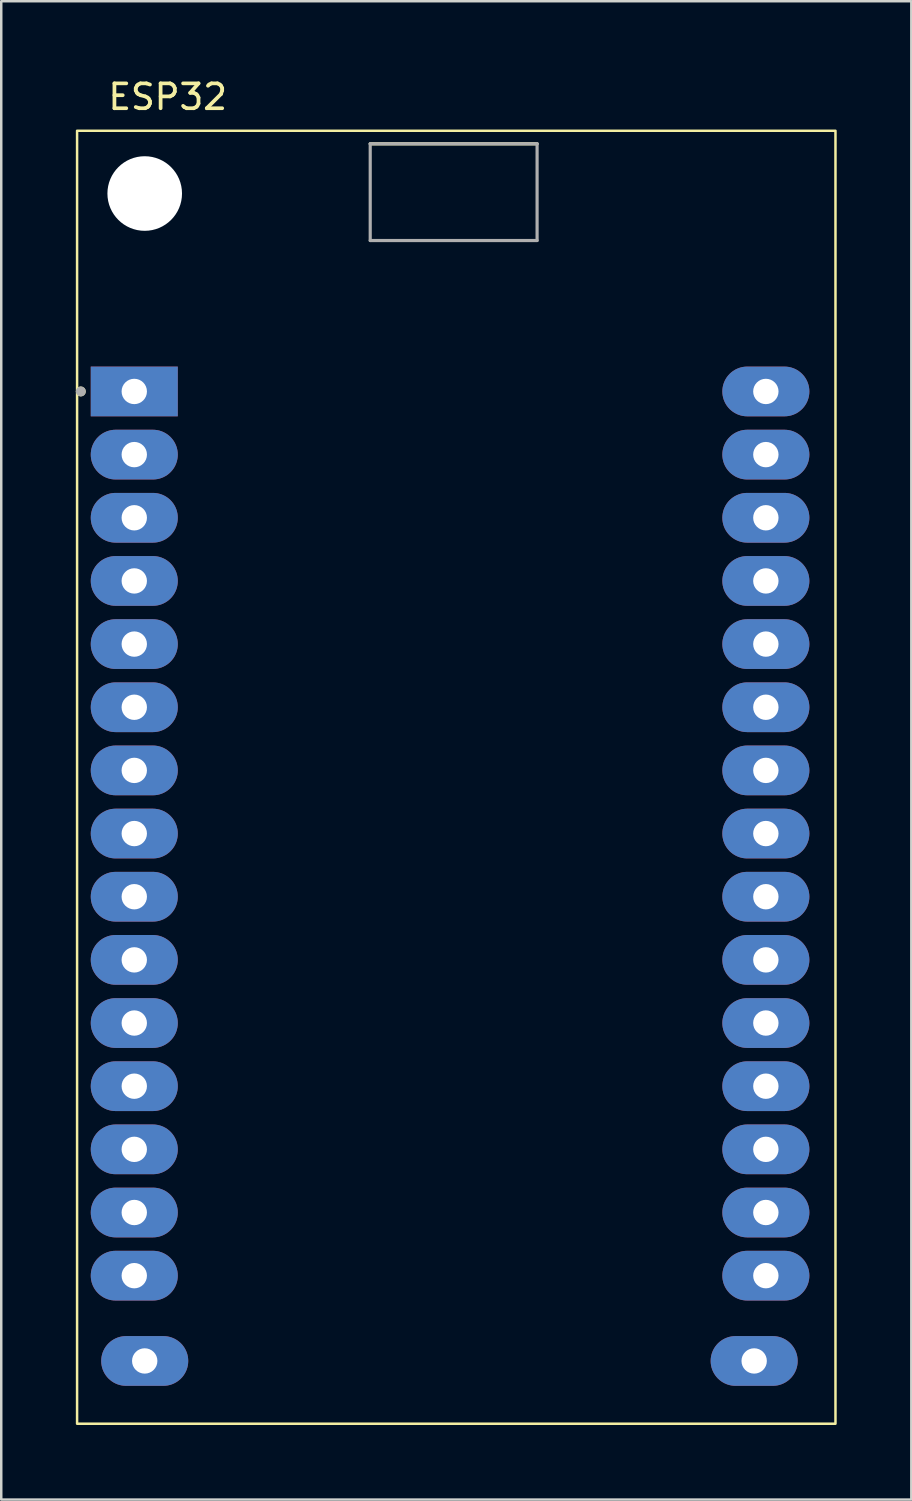
<source format=kicad_pcb>
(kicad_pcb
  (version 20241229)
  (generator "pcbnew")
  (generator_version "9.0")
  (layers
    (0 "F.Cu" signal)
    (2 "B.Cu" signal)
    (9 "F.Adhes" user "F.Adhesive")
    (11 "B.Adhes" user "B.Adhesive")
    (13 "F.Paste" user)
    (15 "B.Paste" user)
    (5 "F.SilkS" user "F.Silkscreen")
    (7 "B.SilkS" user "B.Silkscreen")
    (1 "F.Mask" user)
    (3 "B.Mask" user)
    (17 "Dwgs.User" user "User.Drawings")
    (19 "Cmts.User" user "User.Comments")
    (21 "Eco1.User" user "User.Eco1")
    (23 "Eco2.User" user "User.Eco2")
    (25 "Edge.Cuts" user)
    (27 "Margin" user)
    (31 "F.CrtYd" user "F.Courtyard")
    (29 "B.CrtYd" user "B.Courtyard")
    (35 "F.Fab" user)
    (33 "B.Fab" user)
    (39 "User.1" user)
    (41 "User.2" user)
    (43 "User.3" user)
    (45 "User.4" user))
  (footprint "ESP32"
    (layer "F.Cu")
    (at 15.05 28.208)
    (property "Reference" "ESP32" (at -11.355 -27.36 0) (layer "F.SilkS") (effects (font (size 1 1) (thickness 0.15))))
    (attr through_hole)
    (fp_line (start -3.211 -25.475) (end 3.5 -25.475) (stroke (width 0.127) (type solid)) (layer "F.SilkS"))
    (fp_rect (start -15 -26) (end 15.5 26) (stroke (width 0.1) (type default)) (fill no) (layer "F.SilkS"))
    (fp_circle (center -14.85 -15.515) (end -14.75 -15.515) (stroke (width 0.2) (type solid)) (fill no) (layer "F.SilkS"))
    (fp_line (start -3.211 -25.475) (end 3.5 -25.475) (stroke (width 0.127) (type solid)) (layer "F.Fab"))
    (fp_line (start -3.211 -21.585) (end -3.211 -25.475) (stroke (width 0.127) (type solid)) (layer "F.Fab"))
    (fp_line (start 3.5 -25.475) (end 3.5 -21.585) (stroke (width 0.127) (type solid)) (layer "F.Fab"))
    (fp_line (start 3.5 -21.585) (end -3.211 -21.585) (stroke (width 0.127) (type solid)) (layer "F.Fab"))
    (fp_circle (center -14.85 -15.515) (end -14.75 -15.515) (stroke (width 0.2) (type solid)) (fill no) (layer "F.Fab"))
    (pad "" np_thru_hole circle (at -12.28 -23.475) (size 3 3) (drill 3) (layers "*.Cu" "*.Mask"))
    (pad "" thru_hole oval (at -12.28 23.475) (size 3.5 2) (drill 1.02) (layers "*.Cu" "*.Mask"))
    (pad "" thru_hole oval (at 12.23 23.475) (size 3.5 2) (drill 1.02) (layers "*.Cu" "*.Mask"))
    (pad "1" thru_hole rect (at -12.7 -15.515) (size 3.5 2) (drill 1.02) (layers "*.Cu" "*.Mask"))
    (pad "2" thru_hole oval (at -12.7 -12.975) (size 3.5 2) (drill 1.02) (layers "*.Cu" "*.Mask"))
    (pad "3" thru_hole oval (at -12.7 -10.435) (size 3.5 2) (drill 1.02) (layers "*.Cu" "*.Mask"))
    (pad "4" thru_hole oval (at -12.7 -7.895) (size 3.5 2) (drill 1.02) (layers "*.Cu" "*.Mask"))
    (pad "5" thru_hole oval (at -12.7 -5.355) (size 3.5 2) (drill 1.02) (layers "*.Cu" "*.Mask"))
    (pad "6" thru_hole oval (at -12.7 -2.815) (size 3.5 2) (drill 1.02) (layers "*.Cu" "*.Mask"))
    (pad "7" thru_hole oval (at -12.7 -0.275) (size 3.5 2) (drill 1.02) (layers "*.Cu" "*.Mask"))
    (pad "8" thru_hole oval (at -12.7 2.265) (size 3.5 2) (drill 1.02) (layers "*.Cu" "*.Mask"))
    (pad "9" thru_hole oval (at -12.7 4.805) (size 3.5 2) (drill 1.02) (layers "*.Cu" "*.Mask"))
    (pad "10" thru_hole oval (at -12.7 7.345) (size 3.5 2) (drill 1.02) (layers "*.Cu" "*.Mask"))
    (pad "11" thru_hole oval (at -12.7 9.885) (size 3.5 2) (drill 1.02) (layers "*.Cu" "*.Mask"))
    (pad "12" thru_hole oval (at -12.7 12.425) (size 3.5 2) (drill 1.02) (layers "*.Cu" "*.Mask"))
    (pad "13" thru_hole oval (at -12.7 14.965) (size 3.5 2) (drill 1.02) (layers "*.Cu" "*.Mask"))
    (pad "14" thru_hole oval (at -12.7 17.505) (size 3.5 2) (drill 1.02) (layers "*.Cu" "*.Mask"))
    (pad "15" thru_hole oval (at -12.7 20.045) (size 3.5 2) (drill 1.02) (layers "*.Cu" "*.Mask"))
    (pad "16" thru_hole oval (at 12.7 20.045) (size 3.5 2) (drill 1.02) (layers "*.Cu" "*.Mask"))
    (pad "17" thru_hole oval (at 12.7 17.505) (size 3.5 2) (drill 1.02) (layers "*.Cu" "*.Mask"))
    (pad "18" thru_hole oval (at 12.7 14.965) (size 3.5 2) (drill 1.02) (layers "*.Cu" "*.Mask"))
    (pad "19" thru_hole oval (at 12.7 12.425) (size 3.5 2) (drill 1.02) (layers "*.Cu" "*.Mask"))
    (pad "20" thru_hole oval (at 12.7 9.885) (size 3.5 2) (drill 1.02) (layers "*.Cu" "*.Mask"))
    (pad "21" thru_hole oval (at 12.7 7.345) (size 3.5 2) (drill 1.02) (layers "*.Cu" "*.Mask"))
    (pad "22" thru_hole oval (at 12.7 4.805) (size 3.5 2) (drill 1.02) (layers "*.Cu" "*.Mask"))
    (pad "23" thru_hole oval (at 12.7 2.265) (size 3.5 2) (drill 1.02) (layers "*.Cu" "*.Mask"))
    (pad "24" thru_hole oval (at 12.7 -0.275) (size 3.5 2) (drill 1.02) (layers "*.Cu" "*.Mask"))
    (pad "25" thru_hole oval (at 12.7 -2.815) (size 3.5 2) (drill 1.02) (layers "*.Cu" "*.Mask"))
    (pad "26" thru_hole oval (at 12.7 -5.355) (size 3.5 2) (drill 1.02) (layers "*.Cu" "*.Mask"))
    (pad "27" thru_hole oval (at 12.7 -7.895) (size 3.5 2) (drill 1.02) (layers "*.Cu" "*.Mask"))
    (pad "28" thru_hole oval (at 12.7 -10.435) (size 3.5 2) (drill 1.02) (layers "*.Cu" "*.Mask"))
    (pad "29" thru_hole oval (at 12.7 -12.975) (size 3.5 2) (drill 1.02) (layers "*.Cu" "*.Mask"))
    (pad "30" thru_hole oval (at 12.7 -15.515) (size 3.5 2) (drill 1.02) (layers "*.Cu" "*.Mask")))
  (gr_rect
    (start -3 -3)
    (end 33.6 57.258)
    (stroke (width 0.1) (type default))
    (fill no)
    (layer "Edge.Cuts")))
</source>
